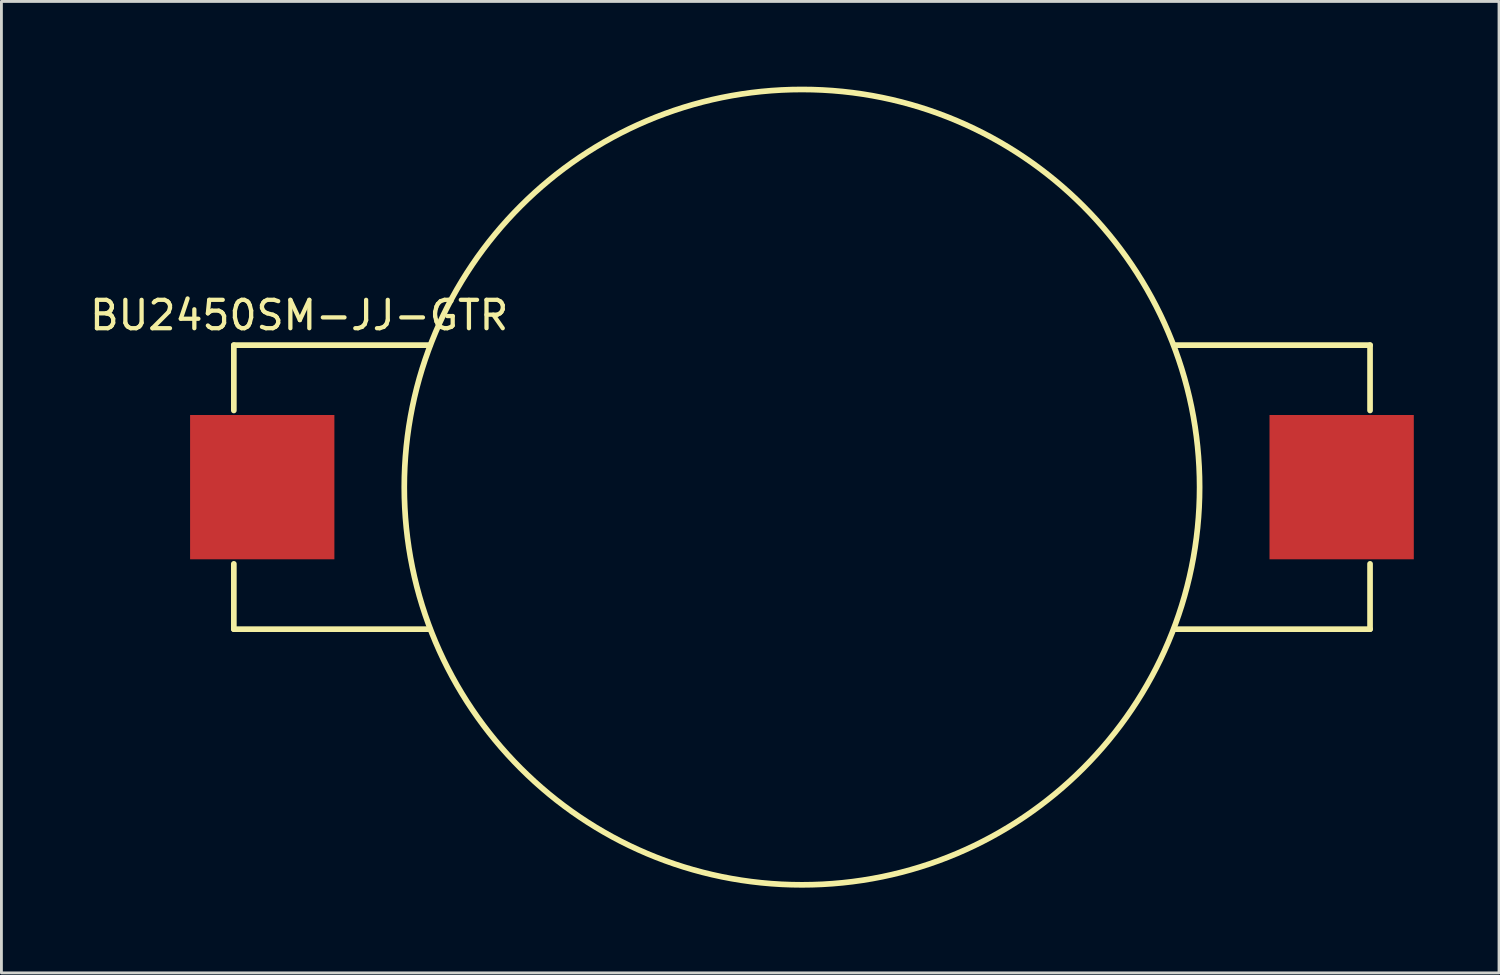
<source format=kicad_pcb>
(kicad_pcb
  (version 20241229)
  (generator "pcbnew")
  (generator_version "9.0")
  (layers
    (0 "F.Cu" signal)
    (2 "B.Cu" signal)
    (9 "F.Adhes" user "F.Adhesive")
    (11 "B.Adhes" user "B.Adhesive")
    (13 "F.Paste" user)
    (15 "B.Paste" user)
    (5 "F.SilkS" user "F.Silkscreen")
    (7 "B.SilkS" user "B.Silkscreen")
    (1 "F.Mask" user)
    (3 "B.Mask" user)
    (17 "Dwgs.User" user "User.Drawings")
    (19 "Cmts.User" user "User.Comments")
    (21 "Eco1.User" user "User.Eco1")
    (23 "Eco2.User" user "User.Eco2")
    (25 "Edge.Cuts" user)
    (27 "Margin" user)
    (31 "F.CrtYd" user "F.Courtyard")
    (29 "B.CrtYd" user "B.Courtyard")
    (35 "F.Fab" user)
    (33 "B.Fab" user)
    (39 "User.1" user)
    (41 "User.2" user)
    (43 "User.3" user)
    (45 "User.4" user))
  (footprint "BU2450SM-JJ-GTR"
    (layer "F.Cu")
    (at 25.182 14.1)
    (property "Reference" "BU2450SM-JJ-GTR" (at -17.7 -6.05 0) (layer "F.SilkS") (effects (font (size 1 1) (thickness 0.15))))
    (attr through_hole)
    (fp_line (start -20 -2.7) (end -20 -5) (stroke (width 0.2) (type solid)) (layer "F.SilkS"))
    (fp_line (start -20 5) (end -20 2.7) (stroke (width 0.2) (type solid)) (layer "F.SilkS"))
    (fp_line (start -13.1 -5) (end -20 -5) (stroke (width 0.2) (type solid)) (layer "F.SilkS"))
    (fp_line (start -13.1 5) (end -20 5) (stroke (width 0.2) (type solid)) (layer "F.SilkS"))
    (fp_line (start 20 -5) (end 13.1 -5) (stroke (width 0.2) (type solid)) (layer "F.SilkS"))
    (fp_line (start 20 -2.7) (end 20 -5) (stroke (width 0.2) (type solid)) (layer "F.SilkS"))
    (fp_line (start 20 5) (end 13.1 5) (stroke (width 0.2) (type solid)) (layer "F.SilkS"))
    (fp_line (start 20 5) (end 20 2.7) (stroke (width 0.2) (type solid)) (layer "F.SilkS"))
    (fp_circle (center 0 0) (end 14 0) (stroke (width 0.2) (type solid)) (fill no) (layer "F.SilkS"))
    (pad "1" smd rect (at -19 0) (size 5.08 5.08) (layers "F.Cu" "F.Mask" "F.Paste"))
    (pad "2" smd rect (at 19 0) (size 5.08 5.08) (layers "F.Cu" "F.Mask" "F.Paste")))
  (gr_rect
    (start -3 -3)
    (end 49.722 31.2)
    (stroke (width 0.1) (type default))
    (fill no)
    (layer "Edge.Cuts")))
</source>
